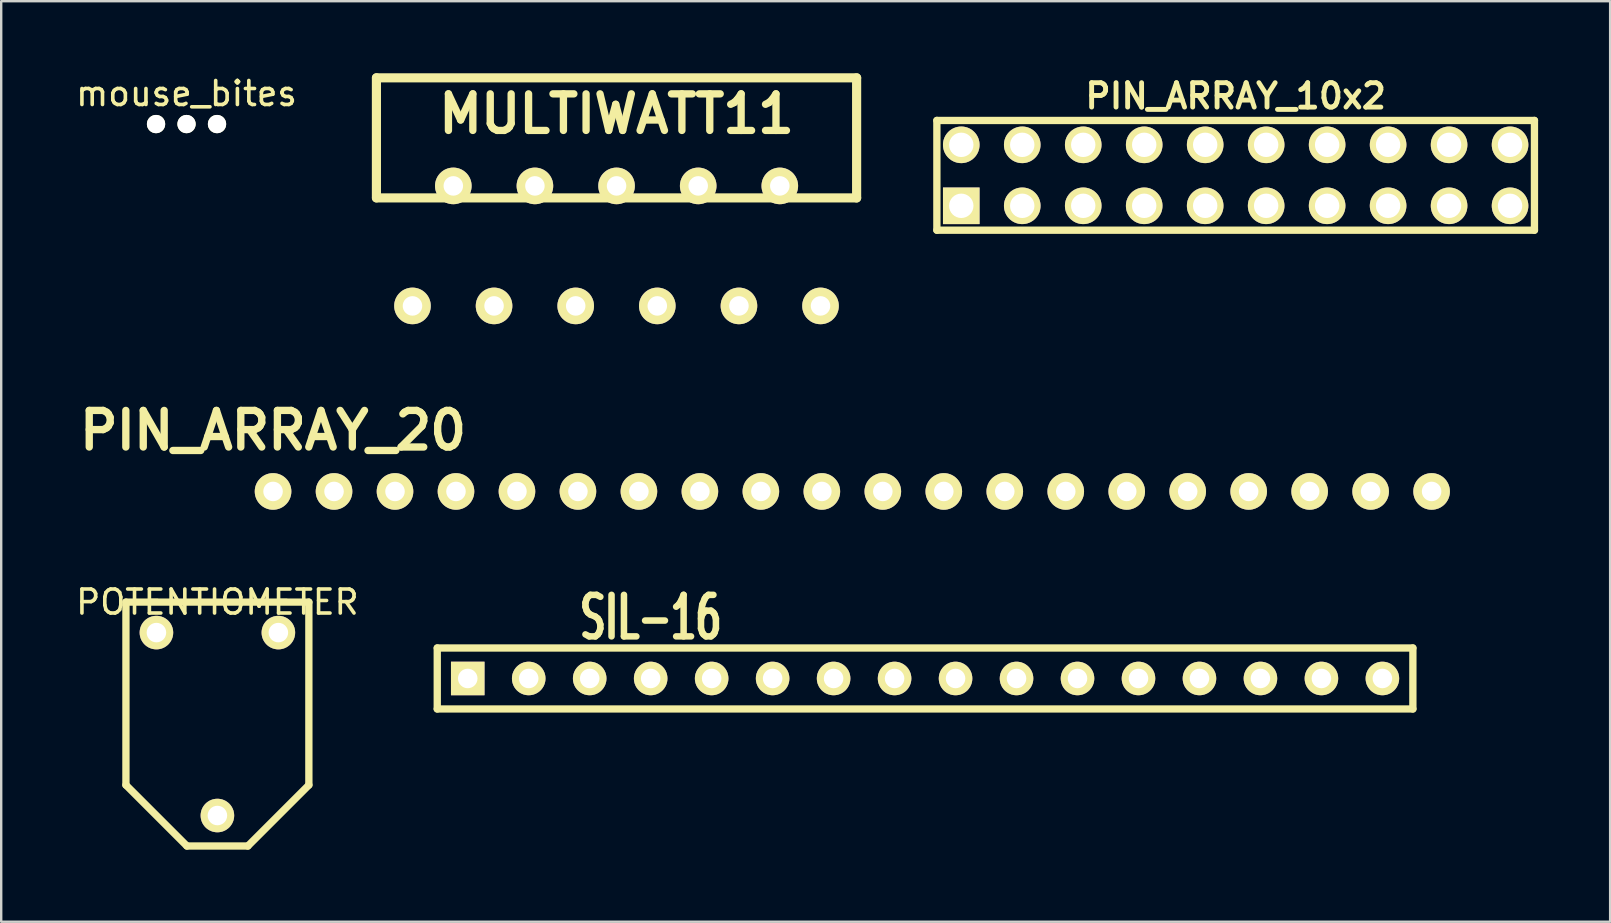
<source format=kicad_pcb>
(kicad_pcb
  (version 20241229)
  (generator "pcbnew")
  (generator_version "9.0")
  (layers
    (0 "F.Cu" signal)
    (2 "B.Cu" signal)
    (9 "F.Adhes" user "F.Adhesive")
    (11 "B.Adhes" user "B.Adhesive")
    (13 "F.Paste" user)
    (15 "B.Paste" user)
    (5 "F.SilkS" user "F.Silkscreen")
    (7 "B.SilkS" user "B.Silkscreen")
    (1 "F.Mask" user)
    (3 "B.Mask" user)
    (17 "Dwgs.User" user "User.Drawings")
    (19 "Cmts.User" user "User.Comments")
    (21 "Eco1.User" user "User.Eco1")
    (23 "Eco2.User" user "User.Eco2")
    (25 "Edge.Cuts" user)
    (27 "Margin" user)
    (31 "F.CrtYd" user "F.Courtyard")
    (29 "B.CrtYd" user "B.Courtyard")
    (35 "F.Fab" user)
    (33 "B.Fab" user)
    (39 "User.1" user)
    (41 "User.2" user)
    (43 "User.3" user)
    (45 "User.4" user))
  (footprint "PIN_ARRAY_10x2"
    (layer "F.Cu")
    (at 48.422 4.253)
    (property "Reference" "PIN_ARRAY_10x2" (at 0 -3.302 0) (layer "F.SilkS") (effects (font (size 1.016 1.016) (thickness 0.203))))
    (attr through_hole)
    (fp_line (start -12.446 -2.286) (end 12.446 -2.286) (stroke (width 0.305) (type solid)) (layer "F.SilkS"))
    (fp_line (start -12.446 2.286) (end -12.446 -2.286) (stroke (width 0.305) (type solid)) (layer "F.SilkS"))
    (fp_line (start 12.446 -2.286) (end 12.446 2.286) (stroke (width 0.305) (type solid)) (layer "F.SilkS"))
    (fp_line (start 12.446 2.286) (end -12.446 2.286) (stroke (width 0.305) (type solid)) (layer "F.SilkS"))
    (pad "1" thru_hole rect (at -11.43 1.27) (size 1.524 1.524) (drill 1.016) (layers "*.Cu" "*.Mask" "F.SilkS"))
    (pad "2" thru_hole circle (at -11.43 -1.27) (size 1.524 1.524) (drill 1.016) (layers "*.Cu" "*.Mask" "F.SilkS"))
    (pad "3" thru_hole circle (at -8.89 1.27) (size 1.524 1.524) (drill 1.016) (layers "*.Cu" "*.Mask" "F.SilkS"))
    (pad "4" thru_hole circle (at -8.89 -1.27) (size 1.524 1.524) (drill 1.016) (layers "*.Cu" "*.Mask" "F.SilkS"))
    (pad "5" thru_hole circle (at -6.35 1.27) (size 1.524 1.524) (drill 1.016) (layers "*.Cu" "*.Mask" "F.SilkS"))
    (pad "6" thru_hole circle (at -6.35 -1.27) (size 1.524 1.524) (drill 1.016) (layers "*.Cu" "*.Mask" "F.SilkS"))
    (pad "7" thru_hole circle (at -3.81 1.27) (size 1.524 1.524) (drill 1.016) (layers "*.Cu" "*.Mask" "F.SilkS"))
    (pad "8" thru_hole circle (at -3.81 -1.27) (size 1.524 1.524) (drill 1.016) (layers "*.Cu" "*.Mask" "F.SilkS"))
    (pad "9" thru_hole circle (at -1.27 1.27) (size 1.524 1.524) (drill 1.016) (layers "*.Cu" "*.Mask" "F.SilkS"))
    (pad "10" thru_hole circle (at -1.27 -1.27) (size 1.524 1.524) (drill 1.016) (layers "*.Cu" "*.Mask" "F.SilkS"))
    (pad "11" thru_hole circle (at 1.27 1.27) (size 1.524 1.524) (drill 1.016) (layers "*.Cu" "*.Mask" "F.SilkS"))
    (pad "12" thru_hole circle (at 1.27 -1.27) (size 1.524 1.524) (drill 1.016) (layers "*.Cu" "*.Mask" "F.SilkS"))
    (pad "13" thru_hole circle (at 3.81 1.27) (size 1.524 1.524) (drill 1.016) (layers "*.Cu" "*.Mask" "F.SilkS"))
    (pad "14" thru_hole circle (at 3.81 -1.27) (size 1.524 1.524) (drill 1.016) (layers "*.Cu" "*.Mask" "F.SilkS"))
    (pad "15" thru_hole circle (at 6.35 1.27) (size 1.524 1.524) (drill 1.016) (layers "*.Cu" "*.Mask" "F.SilkS"))
    (pad "16" thru_hole circle (at 6.35 -1.27) (size 1.524 1.524) (drill 1.016) (layers "*.Cu" "*.Mask" "F.SilkS"))
    (pad "17" thru_hole circle (at 8.89 1.27) (size 1.524 1.524) (drill 1.016) (layers "*.Cu" "B.Mask" "F.SilkS"))
    (pad "18" thru_hole circle (at 8.89 -1.27) (size 1.524 1.524) (drill 1.016) (layers "*.Cu" "B.Mask" "F.SilkS"))
    (pad "19" thru_hole circle (at 11.43 1.27) (size 1.524 1.524) (drill 1.016) (layers "*.Cu" "B.Mask" "F.SilkS"))
    (pad "20" thru_hole circle (at 11.43 -1.27) (size 1.524 1.524) (drill 1.016) (layers "*.Cu" "B.Mask" "F.SilkS")))
  (footprint "mouse_bites"
    (layer "F.Cu")
    (at 4.72 2.118)
    (property "Reference" "mouse_bites" (at 0 -1.27 0) (layer "F.SilkS") (effects (font (size 1 1) (thickness 0.15))))
    (attr through_hole)
    (pad "" np_thru_hole circle (at -1.27 0) (size 0.762 0.762) (drill 0.762) (layers "*.Cu" "*.Mask" "F.SilkS"))
    (pad "" np_thru_hole circle (at 0 0) (size 0.762 0.762) (drill 0.762) (layers "*.Cu" "*.Mask" "F.SilkS"))
    (pad "" np_thru_hole circle (at 1.27 0) (size 0.762 0.762) (drill 0.762) (layers "*.Cu" "*.Mask" "F.SilkS")))
  (footprint "PIN_ARRAY_20"
    (layer "F.Cu")
    (at 8.324 14.881)
    (property "Reference" "PIN_ARRAY_20" (at 0 0 0) (layer "F.SilkS") (effects (font (size 1.524 1.524) (thickness 0.305))))
    (attr through_hole)
    (pad "1" thru_hole circle (at 0 2.54) (size 1.524 1.524) (drill 0.813) (layers "*.Cu" "*.Mask" "F.SilkS"))
    (pad "2" thru_hole circle (at 2.54 2.54) (size 1.524 1.524) (drill 0.813) (layers "*.Cu" "*.Mask" "F.SilkS"))
    (pad "3" thru_hole circle (at 5.08 2.54) (size 1.524 1.524) (drill 0.813) (layers "*.Cu" "*.Mask" "F.SilkS"))
    (pad "4" thru_hole circle (at 7.62 2.54) (size 1.524 1.524) (drill 0.813) (layers "*.Cu" "*.Mask" "F.SilkS"))
    (pad "5" thru_hole circle (at 10.16 2.54) (size 1.524 1.524) (drill 0.813) (layers "*.Cu" "*.Mask" "F.SilkS"))
    (pad "6" thru_hole circle (at 12.7 2.54) (size 1.524 1.524) (drill 0.813) (layers "*.Cu" "*.Mask" "F.SilkS"))
    (pad "7" thru_hole circle (at 15.24 2.54) (size 1.524 1.524) (drill 0.813) (layers "*.Cu" "*.Mask" "F.SilkS"))
    (pad "8" thru_hole circle (at 17.78 2.54) (size 1.524 1.524) (drill 0.813) (layers "*.Cu" "*.Mask" "F.SilkS"))
    (pad "9" thru_hole circle (at 20.32 2.54) (size 1.524 1.524) (drill 0.813) (layers "*.Cu" "*.Mask" "F.SilkS"))
    (pad "10" thru_hole circle (at 22.86 2.54) (size 1.524 1.524) (drill 0.813) (layers "*.Cu" "*.Mask" "F.SilkS"))
    (pad "11" thru_hole circle (at 25.4 2.54) (size 1.524 1.524) (drill 0.813) (layers "*.Cu" "*.Mask" "F.SilkS"))
    (pad "12" thru_hole circle (at 27.94 2.54) (size 1.524 1.524) (drill 0.813) (layers "*.Cu" "*.Mask" "F.SilkS"))
    (pad "13" thru_hole circle (at 30.48 2.54) (size 1.524 1.524) (drill 0.813) (layers "*.Cu" "*.Mask" "F.SilkS"))
    (pad "14" thru_hole circle (at 33.02 2.54) (size 1.524 1.524) (drill 0.813) (layers "*.Cu" "*.Mask" "F.SilkS"))
    (pad "15" thru_hole circle (at 35.56 2.54) (size 1.524 1.524) (drill 0.813) (layers "*.Cu" "*.Mask" "F.SilkS"))
    (pad "16" thru_hole circle (at 38.1 2.54) (size 1.524 1.524) (drill 0.813) (layers "*.Cu" "*.Mask" "F.SilkS"))
    (pad "17" thru_hole circle (at 40.64 2.54) (size 1.524 1.524) (drill 0.813) (layers "*.Cu" "*.Mask" "F.SilkS"))
    (pad "18" thru_hole circle (at 43.18 2.54) (size 1.524 1.524) (drill 0.813) (layers "*.Cu" "*.Mask" "F.SilkS"))
    (pad "19" thru_hole circle (at 45.72 2.54) (size 1.524 1.524) (drill 0.813) (layers "*.Cu" "*.Mask" "F.SilkS"))
    (pad "20" thru_hole circle (at 48.26 2.54) (size 1.524 1.524) (drill 0.813) (layers "*.Cu" "*.Mask" "F.SilkS")))
  (footprint "MULTIWATT11"
    (layer "F.Cu")
    (at 22.633 4.694)
    (property "Reference" "MULTIWATT11" (at 0 -3 0) (layer "F.SilkS") (effects (font (size 1.524 1.524) (thickness 0.305))))
    (attr through_hole)
    (fp_line (start -10.003 0.498) (end -10.003 -4.503) (stroke (width 0.381) (type solid)) (layer "F.SilkS"))
    (fp_line (start -10 -4.501) (end 10 -4.501) (stroke (width 0.381) (type solid)) (layer "F.SilkS"))
    (fp_line (start 10 -4.501) (end 10 0.5) (stroke (width 0.381) (type solid)) (layer "F.SilkS"))
    (fp_line (start 10 0.5) (end -10 0.5) (stroke (width 0.381) (type solid)) (layer "F.SilkS"))
    (pad "1" thru_hole circle (at -8.501 4.999) (size 1.524 1.524) (drill 0.813) (layers "*.Cu" "*.Mask" "F.SilkS"))
    (pad "2" thru_hole circle (at -6.8 0) (size 1.524 1.524) (drill 0.813) (layers "*.Cu" "*.Mask" "F.SilkS"))
    (pad "3" thru_hole circle (at -5.103 4.999) (size 1.524 1.524) (drill 0.813) (layers "*.Cu" "*.Mask" "F.SilkS"))
    (pad "4" thru_hole circle (at -3.401 0) (size 1.524 1.524) (drill 0.813) (layers "*.Cu" "*.Mask" "F.SilkS"))
    (pad "5" thru_hole circle (at -1.702 4.999) (size 1.524 1.524) (drill 0.813) (layers "*.Cu" "*.Mask" "F.SilkS"))
    (pad "6" thru_hole circle (at 0 0) (size 1.524 1.524) (drill 0.813) (layers "*.Cu" "*.Mask" "F.SilkS"))
    (pad "7" thru_hole circle (at 1.697 4.999) (size 1.524 1.524) (drill 0.813) (layers "*.Cu" "*.Mask" "F.SilkS"))
    (pad "8" thru_hole circle (at 3.401 0) (size 1.524 1.524) (drill 0.813) (layers "*.Cu" "*.Mask" "F.SilkS"))
    (pad "9" thru_hole circle (at 5.098 4.999) (size 1.524 1.524) (drill 0.813) (layers "*.Cu" "*.Mask" "F.SilkS"))
    (pad "10" thru_hole circle (at 6.8 0) (size 1.524 1.524) (drill 0.813) (layers "*.Cu" "*.Mask" "F.SilkS"))
    (pad "11" thru_hole circle (at 8.496 4.999) (size 1.524 1.524) (drill 0.813) (layers "*.Cu" "*.Mask" "F.SilkS")))
  (footprint "SIL-16"
    (layer "F.Cu")
    (at 35.484 25.212)
    (property "Reference" "SIL-16" (at -11.43 -2.54 0) (layer "F.SilkS") (effects (font (size 1.73 1.087) (thickness 0.272))))
    (attr through_hole)
    (fp_line (start -20.32 -1.27) (end 20.32 -1.27) (stroke (width 0.305) (type solid)) (layer "F.SilkS"))
    (fp_line (start -20.32 1.27) (end -20.32 -1.27) (stroke (width 0.305) (type solid)) (layer "F.SilkS"))
    (fp_line (start 20.32 -1.27) (end 20.32 1.27) (stroke (width 0.305) (type solid)) (layer "F.SilkS"))
    (fp_line (start 20.32 1.27) (end -20.32 1.27) (stroke (width 0.305) (type solid)) (layer "F.SilkS"))
    (pad "1" thru_hole rect (at -19.05 0) (size 1.397 1.397) (drill 0.813) (layers "*.Cu" "*.Mask" "F.SilkS"))
    (pad "2" thru_hole circle (at -16.51 0) (size 1.397 1.397) (drill 0.813) (layers "*.Cu" "*.Mask" "F.SilkS"))
    (pad "3" thru_hole circle (at -13.97 0) (size 1.397 1.397) (drill 0.813) (layers "*.Cu" "*.Mask" "F.SilkS"))
    (pad "4" thru_hole circle (at -11.43 0) (size 1.397 1.397) (drill 0.813) (layers "*.Cu" "*.Mask" "F.SilkS"))
    (pad "5" thru_hole circle (at -8.89 0) (size 1.397 1.397) (drill 0.813) (layers "*.Cu" "*.Mask" "F.SilkS"))
    (pad "6" thru_hole circle (at -6.35 0) (size 1.397 1.397) (drill 0.813) (layers "*.Cu" "*.Mask" "F.SilkS"))
    (pad "7" thru_hole circle (at -3.81 0) (size 1.397 1.397) (drill 0.813) (layers "*.Cu" "*.Mask" "F.SilkS"))
    (pad "8" thru_hole circle (at -1.27 0) (size 1.397 1.397) (drill 0.813) (layers "*.Cu" "*.Mask" "F.SilkS"))
    (pad "9" thru_hole circle (at 1.27 0) (size 1.397 1.397) (drill 0.813) (layers "*.Cu" "*.Mask" "F.SilkS"))
    (pad "10" thru_hole circle (at 3.81 0) (size 1.397 1.397) (drill 0.813) (layers "*.Cu" "*.Mask" "F.SilkS"))
    (pad "11" thru_hole circle (at 6.35 0) (size 1.397 1.397) (drill 0.813) (layers "*.Cu" "*.Mask" "F.SilkS"))
    (pad "12" thru_hole circle (at 8.89 0) (size 1.397 1.397) (drill 0.813) (layers "*.Cu" "*.Mask" "F.SilkS"))
    (pad "13" thru_hole circle (at 11.43 0) (size 1.397 1.397) (drill 0.813) (layers "*.Cu" "*.Mask" "F.SilkS"))
    (pad "14" thru_hole circle (at 13.97 0) (size 1.397 1.397) (drill 0.813) (layers "*.Cu" "*.Mask" "F.SilkS"))
    (pad "15" thru_hole circle (at 16.51 0) (size 1.397 1.397) (drill 0.813) (layers "*.Cu" "*.Mask" "F.SilkS"))
    (pad "16" thru_hole circle (at 19.05 0) (size 1.397 1.397) (drill 0.813) (layers "*.Cu" "*.Mask" "F.SilkS")))
  (footprint "POTENTIOMETER"
    (layer "F.Cu")
    (at 6.006 27.111)
    (property "Reference" "POTENTIOMETER" (at 0 -5.08 0) (layer "F.SilkS") (effects (font (size 1 1) (thickness 0.15))))
    (attr through_hole)
    (fp_line (start -3.81 -5.08) (end -3.81 2.54) (stroke (width 0.305) (type solid)) (layer "F.SilkS"))
    (fp_line (start -3.81 2.54) (end -1.27 5.08) (stroke (width 0.305) (type solid)) (layer "F.SilkS"))
    (fp_line (start -1.27 5.08) (end 1.27 5.08) (stroke (width 0.305) (type solid)) (layer "F.SilkS"))
    (fp_line (start 1.27 5.08) (end 3.81 2.54) (stroke (width 0.305) (type solid)) (layer "F.SilkS"))
    (fp_line (start 3.81 -5.08) (end -3.81 -5.08) (stroke (width 0.305) (type solid)) (layer "F.SilkS"))
    (fp_line (start 3.81 2.54) (end 3.81 -5.08) (stroke (width 0.305) (type solid)) (layer "F.SilkS"))
    (pad "1" thru_hole circle (at -2.54 -3.81) (size 1.397 1.397) (drill 0.813) (layers "*.Cu" "*.Mask" "F.SilkS"))
    (pad "2" thru_hole circle (at 2.54 -3.81) (size 1.397 1.397) (drill 0.813) (layers "*.Cu" "*.Mask" "F.SilkS"))
    (pad "3" thru_hole circle (at 0 3.81) (size 1.397 1.397) (drill 0.813) (layers "*.Cu" "*.Mask" "F.SilkS")))
  (gr_rect
    (start -3 -3)
    (end 64.021 35.344)
    (stroke (width 0.1) (type default))
    (fill no)
    (layer "Edge.Cuts")))
</source>
